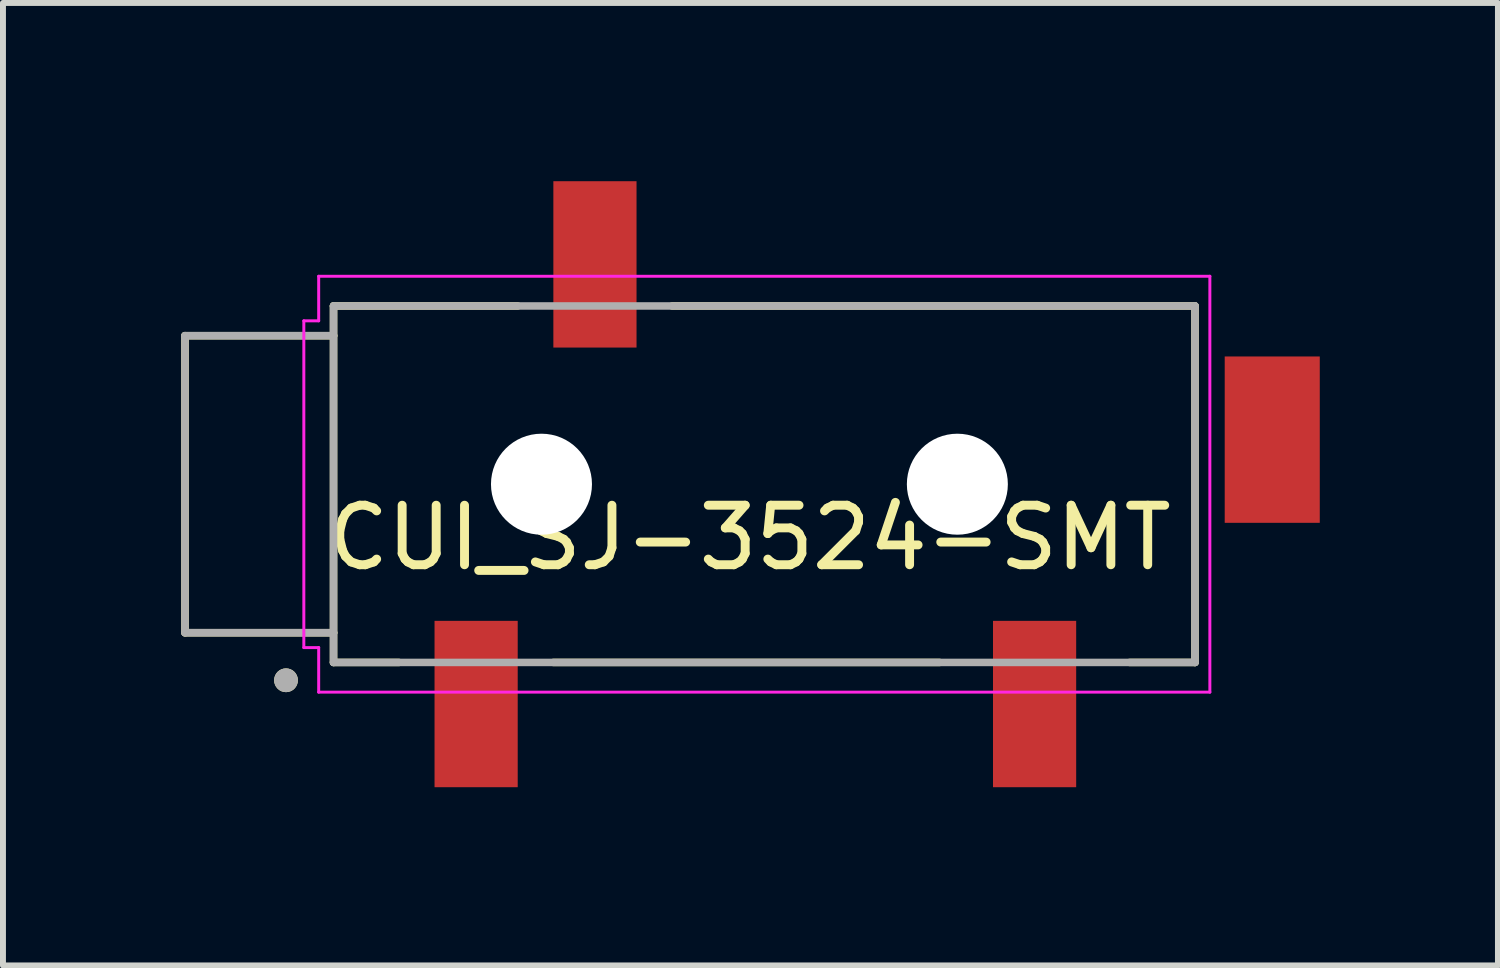
<source format=kicad_pcb>
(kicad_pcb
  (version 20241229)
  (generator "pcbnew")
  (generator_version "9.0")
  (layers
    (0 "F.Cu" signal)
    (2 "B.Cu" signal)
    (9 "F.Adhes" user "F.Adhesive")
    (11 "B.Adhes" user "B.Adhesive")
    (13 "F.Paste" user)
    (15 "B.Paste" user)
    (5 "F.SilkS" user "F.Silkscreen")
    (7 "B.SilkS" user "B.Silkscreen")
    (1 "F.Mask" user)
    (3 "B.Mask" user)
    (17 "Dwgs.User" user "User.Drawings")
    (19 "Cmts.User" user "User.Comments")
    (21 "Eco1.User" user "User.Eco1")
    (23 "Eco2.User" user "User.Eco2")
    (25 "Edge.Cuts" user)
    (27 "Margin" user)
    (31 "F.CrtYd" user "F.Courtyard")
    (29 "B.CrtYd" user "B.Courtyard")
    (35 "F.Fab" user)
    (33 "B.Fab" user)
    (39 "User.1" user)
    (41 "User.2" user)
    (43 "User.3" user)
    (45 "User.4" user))
  (footprint "CUI_SJ-3524-SMT"
    (layer "F.Cu")
    (at 6.064 5.1)
    (property "Reference" "CUI_SJ-3524-SMT" (at 3.5 0.9 0) (layer "F.SilkS") (effects (font (size 1.002 1.002) (thickness 0.15))))
    (attr smd exclude_from_bom dnp)
    (fp_line (start -6 -2.5) (end -6 2.5) (stroke (width 0.127) (type solid)) (layer "F.SilkS"))
    (fp_line (start -6 2.5) (end -3.5 2.5) (stroke (width 0.127) (type solid)) (layer "F.SilkS"))
    (fp_line (start -3.5 -3) (end -0.4 -3) (stroke (width 0.127) (type solid)) (layer "F.SilkS"))
    (fp_line (start -3.5 -2.5) (end -6 -2.5) (stroke (width 0.127) (type solid)) (layer "F.SilkS"))
    (fp_line (start -3.5 -2.5) (end -3.5 -3) (stroke (width 0.127) (type solid)) (layer "F.SilkS"))
    (fp_line (start -3.5 2.5) (end -3.5 -2.5) (stroke (width 0.127) (type solid)) (layer "F.SilkS"))
    (fp_line (start -3.5 3) (end -3.5 2.5) (stroke (width 0.127) (type solid)) (layer "F.SilkS"))
    (fp_line (start -3.5 3) (end -2.4 3) (stroke (width 0.127) (type solid)) (layer "F.SilkS"))
    (fp_line (start 0.2 3) (end 6.7 3) (stroke (width 0.127) (type solid)) (layer "F.SilkS"))
    (fp_line (start 2.2 -3) (end 11 -3) (stroke (width 0.127) (type solid)) (layer "F.SilkS"))
    (fp_line (start 9.9 3) (end 11 3) (stroke (width 0.127) (type solid)) (layer "F.SilkS"))
    (fp_line (start 11 -3) (end 11 3) (stroke (width 0.127) (type solid)) (layer "F.SilkS"))
    (fp_circle (center -4.3 3.3) (end -4.2 3.3) (stroke (width 0.2) (type solid)) (fill no) (layer "F.SilkS"))
    (fp_line (start -4 -2.75) (end -4 2.75) (stroke (width 0.05) (type solid)) (layer "F.CrtYd"))
    (fp_line (start -4 2.75) (end -3.75 2.75) (stroke (width 0.05) (type solid)) (layer "F.CrtYd"))
    (fp_line (start -3.75 -3.5) (end -3.75 -2.75) (stroke (width 0.05) (type solid)) (layer "F.CrtYd"))
    (fp_line (start -3.75 -3.5) (end 11.25 -3.5) (stroke (width 0.05) (type solid)) (layer "F.CrtYd"))
    (fp_line (start -3.75 -2.75) (end -4 -2.75) (stroke (width 0.05) (type solid)) (layer "F.CrtYd"))
    (fp_line (start -3.75 2.75) (end -3.75 3.5) (stroke (width 0.05) (type solid)) (layer "F.CrtYd"))
    (fp_line (start 11.25 -3.5) (end 11.25 3.5) (stroke (width 0.05) (type solid)) (layer "F.CrtYd"))
    (fp_line (start 11.25 3.5) (end -3.75 3.5) (stroke (width 0.05) (type solid)) (layer "F.CrtYd"))
    (fp_line (start -6 -2.5) (end -6 2.5) (stroke (width 0.127) (type solid)) (layer "F.Fab"))
    (fp_line (start -6 2.5) (end -3.5 2.5) (stroke (width 0.127) (type solid)) (layer "F.Fab"))
    (fp_line (start -3.5 -3) (end 11 -3) (stroke (width 0.127) (type solid)) (layer "F.Fab"))
    (fp_line (start -3.5 -2.5) (end -6 -2.5) (stroke (width 0.127) (type solid)) (layer "F.Fab"))
    (fp_line (start -3.5 3) (end -3.5 -3) (stroke (width 0.127) (type solid)) (layer "F.Fab"))
    (fp_line (start 11 -3) (end 11 3) (stroke (width 0.127) (type solid)) (layer "F.Fab"))
    (fp_line (start 11 3) (end -3.5 3) (stroke (width 0.127) (type solid)) (layer "F.Fab"))
    (fp_circle (center -4.3 3.3) (end -4.2 3.3) (stroke (width 0.2) (type solid)) (fill no) (layer "F.Fab"))
    (pad "" np_thru_hole circle (at 0 0) (size 1.7 1.7) (drill 1.7) (layers "*.Cu" "*.Mask"))
    (pad "" np_thru_hole circle (at 7 0) (size 1.7 1.7) (drill 1.7) (layers "*.Cu" "*.Mask"))
    (pad "1" smd rect (at -1.1 3.7) (size 1.4 2.8) (layers "F.Cu" "F.Mask" "F.Paste"))
    (pad "2" smd rect (at 8.3 3.7) (size 1.4 2.8) (layers "F.Cu" "F.Mask" "F.Paste"))
    (pad "3" smd rect (at 0.9 -3.7) (size 1.4 2.8) (layers "F.Cu" "F.Mask" "F.Paste"))
    (pad "4" smd rect (at 12.3 -0.75) (size 1.6 2.8) (layers "F.Cu" "F.Mask" "F.Paste")))
  (gr_rect
    (start -3 -3)
    (end 22.163 13.2)
    (stroke (width 0.1) (type default))
    (fill no)
    (layer "Edge.Cuts")))
</source>
